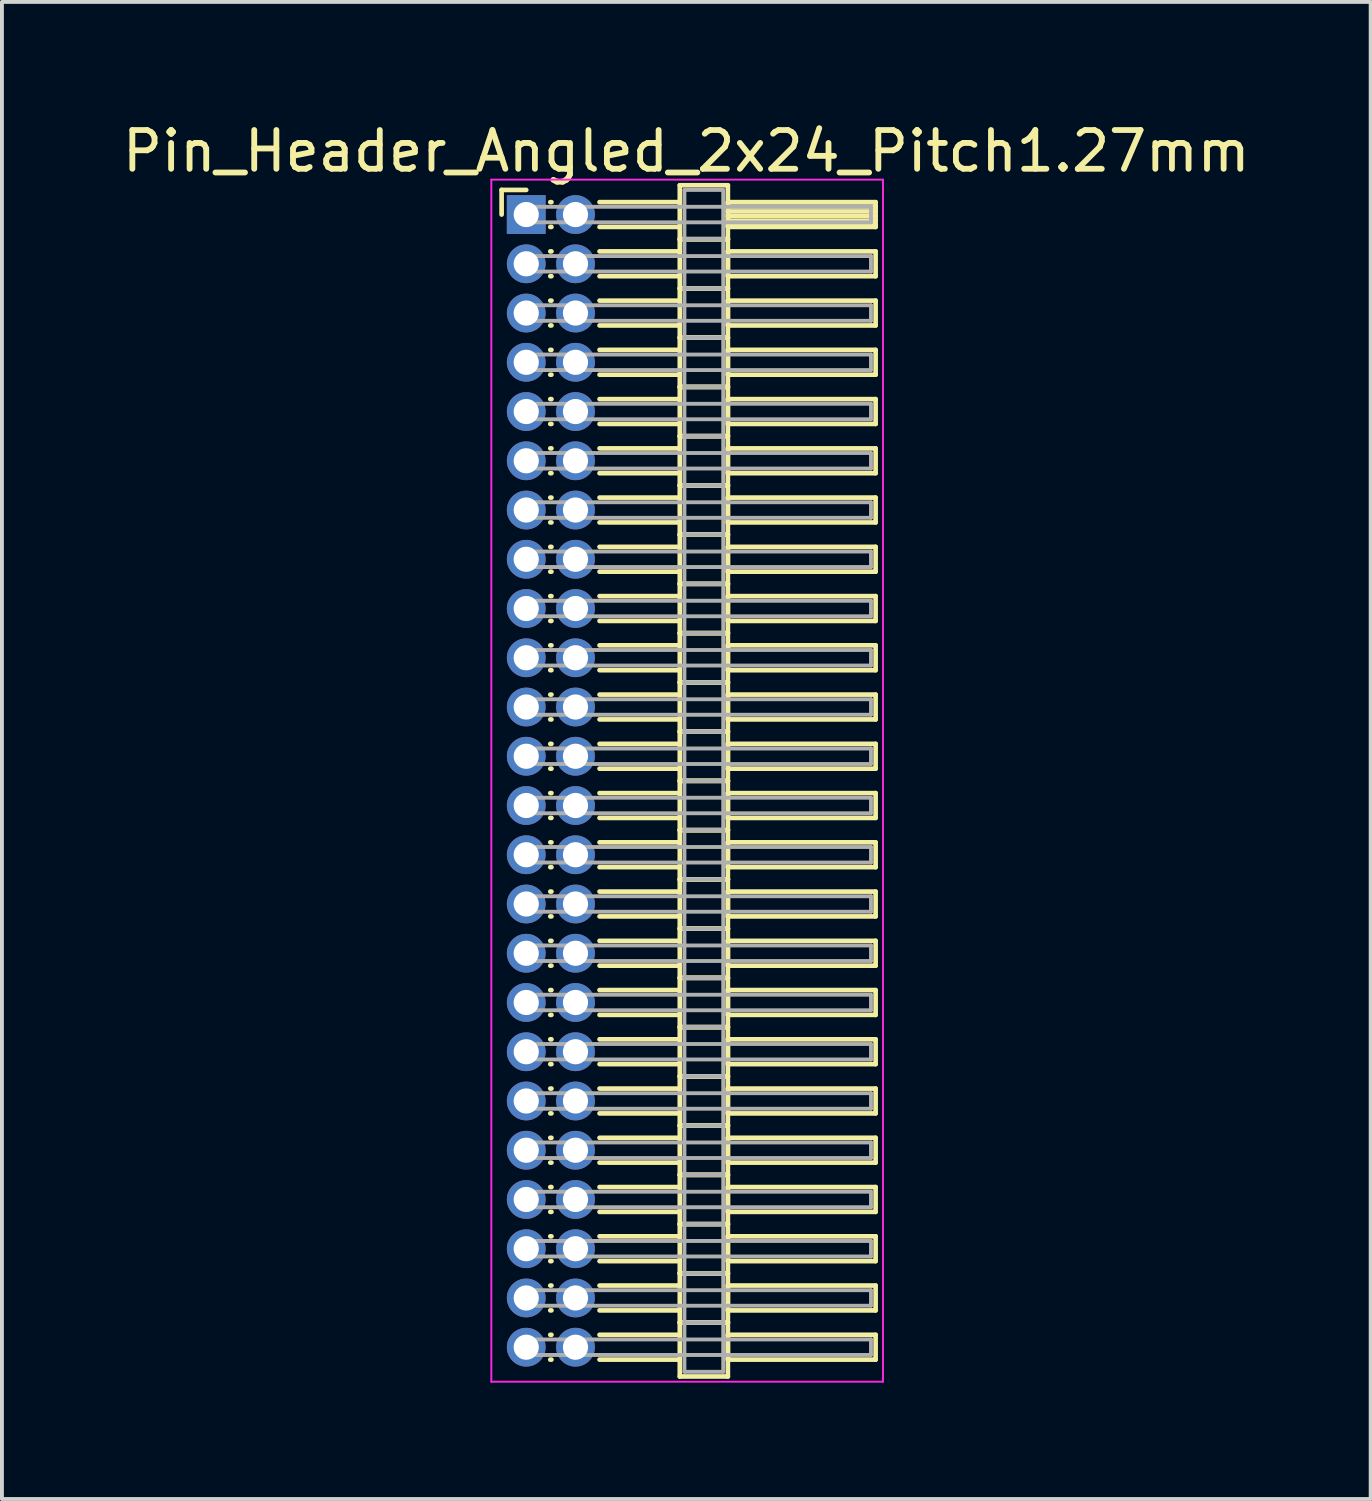
<source format=kicad_pcb>
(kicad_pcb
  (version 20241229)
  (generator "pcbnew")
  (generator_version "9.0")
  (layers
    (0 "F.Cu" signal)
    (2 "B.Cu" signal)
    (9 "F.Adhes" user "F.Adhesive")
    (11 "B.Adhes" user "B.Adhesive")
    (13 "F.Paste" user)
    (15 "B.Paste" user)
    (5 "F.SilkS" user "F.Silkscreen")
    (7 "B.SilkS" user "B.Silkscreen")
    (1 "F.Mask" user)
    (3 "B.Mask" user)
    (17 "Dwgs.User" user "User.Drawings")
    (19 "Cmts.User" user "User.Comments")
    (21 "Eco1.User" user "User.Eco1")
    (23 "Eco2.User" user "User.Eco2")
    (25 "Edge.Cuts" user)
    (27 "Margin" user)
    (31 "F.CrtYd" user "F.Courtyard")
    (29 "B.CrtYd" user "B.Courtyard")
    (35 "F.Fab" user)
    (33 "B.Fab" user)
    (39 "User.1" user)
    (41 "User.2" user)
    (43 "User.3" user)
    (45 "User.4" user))
  (footprint "Pin_Header_Angled_2x24_Pitch1.27mm"
    (layer "F.Cu")
    (at 10.521 2.483)
    (property "Reference" "Pin_Header_Angled_2x24_Pitch1.27mm" (at 4.128 -1.635 0) (layer "F.SilkS") (effects (font (size 1 1) (thickness 0.15))))
    (attr through_hole)
    (fp_line (start -0.635 -0.635) (end 0 -0.635) (stroke (width 0.12) (type solid)) (layer "F.SilkS"))
    (fp_line (start -0.635 0) (end -0.635 -0.635) (stroke (width 0.12) (type solid)) (layer "F.SilkS"))
    (fp_line (start 0.62 -0.32) (end 0.65 -0.32) (stroke (width 0.12) (type solid)) (layer "F.SilkS"))
    (fp_line (start 0.62 0.32) (end 0.65 0.32) (stroke (width 0.12) (type solid)) (layer "F.SilkS"))
    (fp_line (start 0.62 0.95) (end 0.65 0.95) (stroke (width 0.12) (type solid)) (layer "F.SilkS"))
    (fp_line (start 0.62 1.59) (end 0.65 1.59) (stroke (width 0.12) (type solid)) (layer "F.SilkS"))
    (fp_line (start 0.62 2.22) (end 0.65 2.22) (stroke (width 0.12) (type solid)) (layer "F.SilkS"))
    (fp_line (start 0.62 2.86) (end 0.65 2.86) (stroke (width 0.12) (type solid)) (layer "F.SilkS"))
    (fp_line (start 0.62 3.49) (end 0.65 3.49) (stroke (width 0.12) (type solid)) (layer "F.SilkS"))
    (fp_line (start 0.62 4.13) (end 0.65 4.13) (stroke (width 0.12) (type solid)) (layer "F.SilkS"))
    (fp_line (start 0.62 4.76) (end 0.65 4.76) (stroke (width 0.12) (type solid)) (layer "F.SilkS"))
    (fp_line (start 0.62 5.4) (end 0.65 5.4) (stroke (width 0.12) (type solid)) (layer "F.SilkS"))
    (fp_line (start 0.62 6.03) (end 0.65 6.03) (stroke (width 0.12) (type solid)) (layer "F.SilkS"))
    (fp_line (start 0.62 6.67) (end 0.65 6.67) (stroke (width 0.12) (type solid)) (layer "F.SilkS"))
    (fp_line (start 0.62 7.3) (end 0.65 7.3) (stroke (width 0.12) (type solid)) (layer "F.SilkS"))
    (fp_line (start 0.62 7.94) (end 0.65 7.94) (stroke (width 0.12) (type solid)) (layer "F.SilkS"))
    (fp_line (start 0.62 8.57) (end 0.65 8.57) (stroke (width 0.12) (type solid)) (layer "F.SilkS"))
    (fp_line (start 0.62 9.21) (end 0.65 9.21) (stroke (width 0.12) (type solid)) (layer "F.SilkS"))
    (fp_line (start 0.62 9.84) (end 0.65 9.84) (stroke (width 0.12) (type solid)) (layer "F.SilkS"))
    (fp_line (start 0.62 10.48) (end 0.65 10.48) (stroke (width 0.12) (type solid)) (layer "F.SilkS"))
    (fp_line (start 0.62 11.11) (end 0.65 11.11) (stroke (width 0.12) (type solid)) (layer "F.SilkS"))
    (fp_line (start 0.62 11.75) (end 0.65 11.75) (stroke (width 0.12) (type solid)) (layer "F.SilkS"))
    (fp_line (start 0.62 12.38) (end 0.65 12.38) (stroke (width 0.12) (type solid)) (layer "F.SilkS"))
    (fp_line (start 0.62 13.02) (end 0.65 13.02) (stroke (width 0.12) (type solid)) (layer "F.SilkS"))
    (fp_line (start 0.62 13.65) (end 0.65 13.65) (stroke (width 0.12) (type solid)) (layer "F.SilkS"))
    (fp_line (start 0.62 14.29) (end 0.65 14.29) (stroke (width 0.12) (type solid)) (layer "F.SilkS"))
    (fp_line (start 0.62 14.92) (end 0.65 14.92) (stroke (width 0.12) (type solid)) (layer "F.SilkS"))
    (fp_line (start 0.62 15.56) (end 0.65 15.56) (stroke (width 0.12) (type solid)) (layer "F.SilkS"))
    (fp_line (start 0.62 16.19) (end 0.65 16.19) (stroke (width 0.12) (type solid)) (layer "F.SilkS"))
    (fp_line (start 0.62 16.83) (end 0.65 16.83) (stroke (width 0.12) (type solid)) (layer "F.SilkS"))
    (fp_line (start 0.62 17.46) (end 0.65 17.46) (stroke (width 0.12) (type solid)) (layer "F.SilkS"))
    (fp_line (start 0.62 18.1) (end 0.65 18.1) (stroke (width 0.12) (type solid)) (layer "F.SilkS"))
    (fp_line (start 0.62 18.73) (end 0.65 18.73) (stroke (width 0.12) (type solid)) (layer "F.SilkS"))
    (fp_line (start 0.62 19.37) (end 0.65 19.37) (stroke (width 0.12) (type solid)) (layer "F.SilkS"))
    (fp_line (start 0.62 20) (end 0.65 20) (stroke (width 0.12) (type solid)) (layer "F.SilkS"))
    (fp_line (start 0.62 20.64) (end 0.65 20.64) (stroke (width 0.12) (type solid)) (layer "F.SilkS"))
    (fp_line (start 0.62 21.27) (end 0.65 21.27) (stroke (width 0.12) (type solid)) (layer "F.SilkS"))
    (fp_line (start 0.62 21.91) (end 0.65 21.91) (stroke (width 0.12) (type solid)) (layer "F.SilkS"))
    (fp_line (start 0.62 22.54) (end 0.65 22.54) (stroke (width 0.12) (type solid)) (layer "F.SilkS"))
    (fp_line (start 0.62 23.18) (end 0.65 23.18) (stroke (width 0.12) (type solid)) (layer "F.SilkS"))
    (fp_line (start 0.62 23.81) (end 0.65 23.81) (stroke (width 0.12) (type solid)) (layer "F.SilkS"))
    (fp_line (start 0.62 24.45) (end 0.65 24.45) (stroke (width 0.12) (type solid)) (layer "F.SilkS"))
    (fp_line (start 0.62 25.08) (end 0.65 25.08) (stroke (width 0.12) (type solid)) (layer "F.SilkS"))
    (fp_line (start 0.62 25.72) (end 0.65 25.72) (stroke (width 0.12) (type solid)) (layer "F.SilkS"))
    (fp_line (start 0.62 26.35) (end 0.65 26.35) (stroke (width 0.12) (type solid)) (layer "F.SilkS"))
    (fp_line (start 0.62 26.99) (end 0.65 26.99) (stroke (width 0.12) (type solid)) (layer "F.SilkS"))
    (fp_line (start 0.62 27.62) (end 0.65 27.62) (stroke (width 0.12) (type solid)) (layer "F.SilkS"))
    (fp_line (start 0.62 28.26) (end 0.65 28.26) (stroke (width 0.12) (type solid)) (layer "F.SilkS"))
    (fp_line (start 0.62 28.89) (end 0.65 28.89) (stroke (width 0.12) (type solid)) (layer "F.SilkS"))
    (fp_line (start 0.62 29.53) (end 0.65 29.53) (stroke (width 0.12) (type solid)) (layer "F.SilkS"))
    (fp_line (start 1.89 -0.32) (end 3.96 -0.32) (stroke (width 0.12) (type solid)) (layer "F.SilkS"))
    (fp_line (start 1.89 0.32) (end 3.96 0.32) (stroke (width 0.12) (type solid)) (layer "F.SilkS"))
    (fp_line (start 1.89 0.95) (end 3.96 0.95) (stroke (width 0.12) (type solid)) (layer "F.SilkS"))
    (fp_line (start 1.89 1.59) (end 3.96 1.59) (stroke (width 0.12) (type solid)) (layer "F.SilkS"))
    (fp_line (start 1.89 2.22) (end 3.96 2.22) (stroke (width 0.12) (type solid)) (layer "F.SilkS"))
    (fp_line (start 1.89 2.86) (end 3.96 2.86) (stroke (width 0.12) (type solid)) (layer "F.SilkS"))
    (fp_line (start 1.89 3.49) (end 3.96 3.49) (stroke (width 0.12) (type solid)) (layer "F.SilkS"))
    (fp_line (start 1.89 4.13) (end 3.96 4.13) (stroke (width 0.12) (type solid)) (layer "F.SilkS"))
    (fp_line (start 1.89 4.76) (end 3.96 4.76) (stroke (width 0.12) (type solid)) (layer "F.SilkS"))
    (fp_line (start 1.89 5.4) (end 3.96 5.4) (stroke (width 0.12) (type solid)) (layer "F.SilkS"))
    (fp_line (start 1.89 6.03) (end 3.96 6.03) (stroke (width 0.12) (type solid)) (layer "F.SilkS"))
    (fp_line (start 1.89 6.67) (end 3.96 6.67) (stroke (width 0.12) (type solid)) (layer "F.SilkS"))
    (fp_line (start 1.89 7.3) (end 3.96 7.3) (stroke (width 0.12) (type solid)) (layer "F.SilkS"))
    (fp_line (start 1.89 7.94) (end 3.96 7.94) (stroke (width 0.12) (type solid)) (layer "F.SilkS"))
    (fp_line (start 1.89 8.57) (end 3.96 8.57) (stroke (width 0.12) (type solid)) (layer "F.SilkS"))
    (fp_line (start 1.89 9.21) (end 3.96 9.21) (stroke (width 0.12) (type solid)) (layer "F.SilkS"))
    (fp_line (start 1.89 9.84) (end 3.96 9.84) (stroke (width 0.12) (type solid)) (layer "F.SilkS"))
    (fp_line (start 1.89 10.48) (end 3.96 10.48) (stroke (width 0.12) (type solid)) (layer "F.SilkS"))
    (fp_line (start 1.89 11.11) (end 3.96 11.11) (stroke (width 0.12) (type solid)) (layer "F.SilkS"))
    (fp_line (start 1.89 11.75) (end 3.96 11.75) (stroke (width 0.12) (type solid)) (layer "F.SilkS"))
    (fp_line (start 1.89 12.38) (end 3.96 12.38) (stroke (width 0.12) (type solid)) (layer "F.SilkS"))
    (fp_line (start 1.89 13.02) (end 3.96 13.02) (stroke (width 0.12) (type solid)) (layer "F.SilkS"))
    (fp_line (start 1.89 13.65) (end 3.96 13.65) (stroke (width 0.12) (type solid)) (layer "F.SilkS"))
    (fp_line (start 1.89 14.29) (end 3.96 14.29) (stroke (width 0.12) (type solid)) (layer "F.SilkS"))
    (fp_line (start 1.89 14.92) (end 3.96 14.92) (stroke (width 0.12) (type solid)) (layer "F.SilkS"))
    (fp_line (start 1.89 15.56) (end 3.96 15.56) (stroke (width 0.12) (type solid)) (layer "F.SilkS"))
    (fp_line (start 1.89 16.19) (end 3.96 16.19) (stroke (width 0.12) (type solid)) (layer "F.SilkS"))
    (fp_line (start 1.89 16.83) (end 3.96 16.83) (stroke (width 0.12) (type solid)) (layer "F.SilkS"))
    (fp_line (start 1.89 17.46) (end 3.96 17.46) (stroke (width 0.12) (type solid)) (layer "F.SilkS"))
    (fp_line (start 1.89 18.1) (end 3.96 18.1) (stroke (width 0.12) (type solid)) (layer "F.SilkS"))
    (fp_line (start 1.89 18.73) (end 3.96 18.73) (stroke (width 0.12) (type solid)) (layer "F.SilkS"))
    (fp_line (start 1.89 19.37) (end 3.96 19.37) (stroke (width 0.12) (type solid)) (layer "F.SilkS"))
    (fp_line (start 1.89 20) (end 3.96 20) (stroke (width 0.12) (type solid)) (layer "F.SilkS"))
    (fp_line (start 1.89 20.64) (end 3.96 20.64) (stroke (width 0.12) (type solid)) (layer "F.SilkS"))
    (fp_line (start 1.89 21.27) (end 3.96 21.27) (stroke (width 0.12) (type solid)) (layer "F.SilkS"))
    (fp_line (start 1.89 21.91) (end 3.96 21.91) (stroke (width 0.12) (type solid)) (layer "F.SilkS"))
    (fp_line (start 1.89 22.54) (end 3.96 22.54) (stroke (width 0.12) (type solid)) (layer "F.SilkS"))
    (fp_line (start 1.89 23.18) (end 3.96 23.18) (stroke (width 0.12) (type solid)) (layer "F.SilkS"))
    (fp_line (start 1.89 23.81) (end 3.96 23.81) (stroke (width 0.12) (type solid)) (layer "F.SilkS"))
    (fp_line (start 1.89 24.45) (end 3.96 24.45) (stroke (width 0.12) (type solid)) (layer "F.SilkS"))
    (fp_line (start 1.89 25.08) (end 3.96 25.08) (stroke (width 0.12) (type solid)) (layer "F.SilkS"))
    (fp_line (start 1.89 25.72) (end 3.96 25.72) (stroke (width 0.12) (type solid)) (layer "F.SilkS"))
    (fp_line (start 1.89 26.35) (end 3.96 26.35) (stroke (width 0.12) (type solid)) (layer "F.SilkS"))
    (fp_line (start 1.89 26.99) (end 3.96 26.99) (stroke (width 0.12) (type solid)) (layer "F.SilkS"))
    (fp_line (start 1.89 27.62) (end 3.96 27.62) (stroke (width 0.12) (type solid)) (layer "F.SilkS"))
    (fp_line (start 1.89 28.26) (end 3.96 28.26) (stroke (width 0.12) (type solid)) (layer "F.SilkS"))
    (fp_line (start 1.89 28.89) (end 3.96 28.89) (stroke (width 0.12) (type solid)) (layer "F.SilkS"))
    (fp_line (start 1.89 29.53) (end 3.96 29.53) (stroke (width 0.12) (type solid)) (layer "F.SilkS"))
    (fp_line (start 3.96 -0.755) (end 3.96 0.635) (stroke (width 0.12) (type solid)) (layer "F.SilkS"))
    (fp_line (start 3.96 0.635) (end 3.96 1.905) (stroke (width 0.12) (type solid)) (layer "F.SilkS"))
    (fp_line (start 3.96 0.635) (end 5.2 0.635) (stroke (width 0.12) (type solid)) (layer "F.SilkS"))
    (fp_line (start 3.96 1.905) (end 3.96 3.175) (stroke (width 0.12) (type solid)) (layer "F.SilkS"))
    (fp_line (start 3.96 1.905) (end 5.2 1.905) (stroke (width 0.12) (type solid)) (layer "F.SilkS"))
    (fp_line (start 3.96 3.175) (end 3.96 4.445) (stroke (width 0.12) (type solid)) (layer "F.SilkS"))
    (fp_line (start 3.96 3.175) (end 5.2 3.175) (stroke (width 0.12) (type solid)) (layer "F.SilkS"))
    (fp_line (start 3.96 4.445) (end 3.96 5.715) (stroke (width 0.12) (type solid)) (layer "F.SilkS"))
    (fp_line (start 3.96 4.445) (end 5.2 4.445) (stroke (width 0.12) (type solid)) (layer "F.SilkS"))
    (fp_line (start 3.96 5.715) (end 3.96 6.985) (stroke (width 0.12) (type solid)) (layer "F.SilkS"))
    (fp_line (start 3.96 5.715) (end 5.2 5.715) (stroke (width 0.12) (type solid)) (layer "F.SilkS"))
    (fp_line (start 3.96 6.985) (end 3.96 8.255) (stroke (width 0.12) (type solid)) (layer "F.SilkS"))
    (fp_line (start 3.96 6.985) (end 5.2 6.985) (stroke (width 0.12) (type solid)) (layer "F.SilkS"))
    (fp_line (start 3.96 8.255) (end 3.96 9.525) (stroke (width 0.12) (type solid)) (layer "F.SilkS"))
    (fp_line (start 3.96 8.255) (end 5.2 8.255) (stroke (width 0.12) (type solid)) (layer "F.SilkS"))
    (fp_line (start 3.96 9.525) (end 3.96 10.795) (stroke (width 0.12) (type solid)) (layer "F.SilkS"))
    (fp_line (start 3.96 9.525) (end 5.2 9.525) (stroke (width 0.12) (type solid)) (layer "F.SilkS"))
    (fp_line (start 3.96 10.795) (end 3.96 12.065) (stroke (width 0.12) (type solid)) (layer "F.SilkS"))
    (fp_line (start 3.96 10.795) (end 5.2 10.795) (stroke (width 0.12) (type solid)) (layer "F.SilkS"))
    (fp_line (start 3.96 12.065) (end 3.96 13.335) (stroke (width 0.12) (type solid)) (layer "F.SilkS"))
    (fp_line (start 3.96 12.065) (end 5.2 12.065) (stroke (width 0.12) (type solid)) (layer "F.SilkS"))
    (fp_line (start 3.96 13.335) (end 3.96 14.605) (stroke (width 0.12) (type solid)) (layer "F.SilkS"))
    (fp_line (start 3.96 13.335) (end 5.2 13.335) (stroke (width 0.12) (type solid)) (layer "F.SilkS"))
    (fp_line (start 3.96 14.605) (end 3.96 15.875) (stroke (width 0.12) (type solid)) (layer "F.SilkS"))
    (fp_line (start 3.96 14.605) (end 5.2 14.605) (stroke (width 0.12) (type solid)) (layer "F.SilkS"))
    (fp_line (start 3.96 15.875) (end 3.96 17.145) (stroke (width 0.12) (type solid)) (layer "F.SilkS"))
    (fp_line (start 3.96 15.875) (end 5.2 15.875) (stroke (width 0.12) (type solid)) (layer "F.SilkS"))
    (fp_line (start 3.96 17.145) (end 3.96 18.415) (stroke (width 0.12) (type solid)) (layer "F.SilkS"))
    (fp_line (start 3.96 17.145) (end 5.2 17.145) (stroke (width 0.12) (type solid)) (layer "F.SilkS"))
    (fp_line (start 3.96 18.415) (end 3.96 19.685) (stroke (width 0.12) (type solid)) (layer "F.SilkS"))
    (fp_line (start 3.96 18.415) (end 5.2 18.415) (stroke (width 0.12) (type solid)) (layer "F.SilkS"))
    (fp_line (start 3.96 19.685) (end 3.96 20.955) (stroke (width 0.12) (type solid)) (layer "F.SilkS"))
    (fp_line (start 3.96 19.685) (end 5.2 19.685) (stroke (width 0.12) (type solid)) (layer "F.SilkS"))
    (fp_line (start 3.96 20.955) (end 3.96 22.225) (stroke (width 0.12) (type solid)) (layer "F.SilkS"))
    (fp_line (start 3.96 20.955) (end 5.2 20.955) (stroke (width 0.12) (type solid)) (layer "F.SilkS"))
    (fp_line (start 3.96 22.225) (end 3.96 23.495) (stroke (width 0.12) (type solid)) (layer "F.SilkS"))
    (fp_line (start 3.96 22.225) (end 5.2 22.225) (stroke (width 0.12) (type solid)) (layer "F.SilkS"))
    (fp_line (start 3.96 23.495) (end 3.96 24.765) (stroke (width 0.12) (type solid)) (layer "F.SilkS"))
    (fp_line (start 3.96 23.495) (end 5.2 23.495) (stroke (width 0.12) (type solid)) (layer "F.SilkS"))
    (fp_line (start 3.96 24.765) (end 3.96 26.035) (stroke (width 0.12) (type solid)) (layer "F.SilkS"))
    (fp_line (start 3.96 24.765) (end 5.2 24.765) (stroke (width 0.12) (type solid)) (layer "F.SilkS"))
    (fp_line (start 3.96 26.035) (end 3.96 27.305) (stroke (width 0.12) (type solid)) (layer "F.SilkS"))
    (fp_line (start 3.96 26.035) (end 5.2 26.035) (stroke (width 0.12) (type solid)) (layer "F.SilkS"))
    (fp_line (start 3.96 27.305) (end 3.96 28.575) (stroke (width 0.12) (type solid)) (layer "F.SilkS"))
    (fp_line (start 3.96 27.305) (end 5.2 27.305) (stroke (width 0.12) (type solid)) (layer "F.SilkS"))
    (fp_line (start 3.96 28.575) (end 3.96 29.965) (stroke (width 0.12) (type solid)) (layer "F.SilkS"))
    (fp_line (start 3.96 28.575) (end 5.2 28.575) (stroke (width 0.12) (type solid)) (layer "F.SilkS"))
    (fp_line (start 3.96 29.965) (end 5.2 29.965) (stroke (width 0.12) (type solid)) (layer "F.SilkS"))
    (fp_line (start 5.2 -0.755) (end 3.96 -0.755) (stroke (width 0.12) (type solid)) (layer "F.SilkS"))
    (fp_line (start 5.2 -0.32) (end 5.2 0.32) (stroke (width 0.12) (type solid)) (layer "F.SilkS"))
    (fp_line (start 5.2 -0.2) (end 9.01 -0.2) (stroke (width 0.12) (type solid)) (layer "F.SilkS"))
    (fp_line (start 5.2 -0.08) (end 9.01 -0.08) (stroke (width 0.12) (type solid)) (layer "F.SilkS"))
    (fp_line (start 5.2 0.04) (end 9.01 0.04) (stroke (width 0.12) (type solid)) (layer "F.SilkS"))
    (fp_line (start 5.2 0.16) (end 9.01 0.16) (stroke (width 0.12) (type solid)) (layer "F.SilkS"))
    (fp_line (start 5.2 0.28) (end 9.01 0.28) (stroke (width 0.12) (type solid)) (layer "F.SilkS"))
    (fp_line (start 5.2 0.32) (end 9.01 0.32) (stroke (width 0.12) (type solid)) (layer "F.SilkS"))
    (fp_line (start 5.2 0.635) (end 3.96 0.635) (stroke (width 0.12) (type solid)) (layer "F.SilkS"))
    (fp_line (start 5.2 0.635) (end 5.2 -0.755) (stroke (width 0.12) (type solid)) (layer "F.SilkS"))
    (fp_line (start 5.2 0.95) (end 5.2 1.59) (stroke (width 0.12) (type solid)) (layer "F.SilkS"))
    (fp_line (start 5.2 1.59) (end 9.01 1.59) (stroke (width 0.12) (type solid)) (layer "F.SilkS"))
    (fp_line (start 5.2 1.905) (end 3.96 1.905) (stroke (width 0.12) (type solid)) (layer "F.SilkS"))
    (fp_line (start 5.2 1.905) (end 5.2 0.635) (stroke (width 0.12) (type solid)) (layer "F.SilkS"))
    (fp_line (start 5.2 2.22) (end 5.2 2.86) (stroke (width 0.12) (type solid)) (layer "F.SilkS"))
    (fp_line (start 5.2 2.86) (end 9.01 2.86) (stroke (width 0.12) (type solid)) (layer "F.SilkS"))
    (fp_line (start 5.2 3.175) (end 3.96 3.175) (stroke (width 0.12) (type solid)) (layer "F.SilkS"))
    (fp_line (start 5.2 3.175) (end 5.2 1.905) (stroke (width 0.12) (type solid)) (layer "F.SilkS"))
    (fp_line (start 5.2 3.49) (end 5.2 4.13) (stroke (width 0.12) (type solid)) (layer "F.SilkS"))
    (fp_line (start 5.2 4.13) (end 9.01 4.13) (stroke (width 0.12) (type solid)) (layer "F.SilkS"))
    (fp_line (start 5.2 4.445) (end 3.96 4.445) (stroke (width 0.12) (type solid)) (layer "F.SilkS"))
    (fp_line (start 5.2 4.445) (end 5.2 3.175) (stroke (width 0.12) (type solid)) (layer "F.SilkS"))
    (fp_line (start 5.2 4.76) (end 5.2 5.4) (stroke (width 0.12) (type solid)) (layer "F.SilkS"))
    (fp_line (start 5.2 5.4) (end 9.01 5.4) (stroke (width 0.12) (type solid)) (layer "F.SilkS"))
    (fp_line (start 5.2 5.715) (end 3.96 5.715) (stroke (width 0.12) (type solid)) (layer "F.SilkS"))
    (fp_line (start 5.2 5.715) (end 5.2 4.445) (stroke (width 0.12) (type solid)) (layer "F.SilkS"))
    (fp_line (start 5.2 6.03) (end 5.2 6.67) (stroke (width 0.12) (type solid)) (layer "F.SilkS"))
    (fp_line (start 5.2 6.67) (end 9.01 6.67) (stroke (width 0.12) (type solid)) (layer "F.SilkS"))
    (fp_line (start 5.2 6.985) (end 3.96 6.985) (stroke (width 0.12) (type solid)) (layer "F.SilkS"))
    (fp_line (start 5.2 6.985) (end 5.2 5.715) (stroke (width 0.12) (type solid)) (layer "F.SilkS"))
    (fp_line (start 5.2 7.3) (end 5.2 7.94) (stroke (width 0.12) (type solid)) (layer "F.SilkS"))
    (fp_line (start 5.2 7.94) (end 9.01 7.94) (stroke (width 0.12) (type solid)) (layer "F.SilkS"))
    (fp_line (start 5.2 8.255) (end 3.96 8.255) (stroke (width 0.12) (type solid)) (layer "F.SilkS"))
    (fp_line (start 5.2 8.255) (end 5.2 6.985) (stroke (width 0.12) (type solid)) (layer "F.SilkS"))
    (fp_line (start 5.2 8.57) (end 5.2 9.21) (stroke (width 0.12) (type solid)) (layer "F.SilkS"))
    (fp_line (start 5.2 9.21) (end 9.01 9.21) (stroke (width 0.12) (type solid)) (layer "F.SilkS"))
    (fp_line (start 5.2 9.525) (end 3.96 9.525) (stroke (width 0.12) (type solid)) (layer "F.SilkS"))
    (fp_line (start 5.2 9.525) (end 5.2 8.255) (stroke (width 0.12) (type solid)) (layer "F.SilkS"))
    (fp_line (start 5.2 9.84) (end 5.2 10.48) (stroke (width 0.12) (type solid)) (layer "F.SilkS"))
    (fp_line (start 5.2 10.48) (end 9.01 10.48) (stroke (width 0.12) (type solid)) (layer "F.SilkS"))
    (fp_line (start 5.2 10.795) (end 3.96 10.795) (stroke (width 0.12) (type solid)) (layer "F.SilkS"))
    (fp_line (start 5.2 10.795) (end 5.2 9.525) (stroke (width 0.12) (type solid)) (layer "F.SilkS"))
    (fp_line (start 5.2 11.11) (end 5.2 11.75) (stroke (width 0.12) (type solid)) (layer "F.SilkS"))
    (fp_line (start 5.2 11.75) (end 9.01 11.75) (stroke (width 0.12) (type solid)) (layer "F.SilkS"))
    (fp_line (start 5.2 12.065) (end 3.96 12.065) (stroke (width 0.12) (type solid)) (layer "F.SilkS"))
    (fp_line (start 5.2 12.065) (end 5.2 10.795) (stroke (width 0.12) (type solid)) (layer "F.SilkS"))
    (fp_line (start 5.2 12.38) (end 5.2 13.02) (stroke (width 0.12) (type solid)) (layer "F.SilkS"))
    (fp_line (start 5.2 13.02) (end 9.01 13.02) (stroke (width 0.12) (type solid)) (layer "F.SilkS"))
    (fp_line (start 5.2 13.335) (end 3.96 13.335) (stroke (width 0.12) (type solid)) (layer "F.SilkS"))
    (fp_line (start 5.2 13.335) (end 5.2 12.065) (stroke (width 0.12) (type solid)) (layer "F.SilkS"))
    (fp_line (start 5.2 13.65) (end 5.2 14.29) (stroke (width 0.12) (type solid)) (layer "F.SilkS"))
    (fp_line (start 5.2 14.29) (end 9.01 14.29) (stroke (width 0.12) (type solid)) (layer "F.SilkS"))
    (fp_line (start 5.2 14.605) (end 3.96 14.605) (stroke (width 0.12) (type solid)) (layer "F.SilkS"))
    (fp_line (start 5.2 14.605) (end 5.2 13.335) (stroke (width 0.12) (type solid)) (layer "F.SilkS"))
    (fp_line (start 5.2 14.92) (end 5.2 15.56) (stroke (width 0.12) (type solid)) (layer "F.SilkS"))
    (fp_line (start 5.2 15.56) (end 9.01 15.56) (stroke (width 0.12) (type solid)) (layer "F.SilkS"))
    (fp_line (start 5.2 15.875) (end 3.96 15.875) (stroke (width 0.12) (type solid)) (layer "F.SilkS"))
    (fp_line (start 5.2 15.875) (end 5.2 14.605) (stroke (width 0.12) (type solid)) (layer "F.SilkS"))
    (fp_line (start 5.2 16.19) (end 5.2 16.83) (stroke (width 0.12) (type solid)) (layer "F.SilkS"))
    (fp_line (start 5.2 16.83) (end 9.01 16.83) (stroke (width 0.12) (type solid)) (layer "F.SilkS"))
    (fp_line (start 5.2 17.145) (end 3.96 17.145) (stroke (width 0.12) (type solid)) (layer "F.SilkS"))
    (fp_line (start 5.2 17.145) (end 5.2 15.875) (stroke (width 0.12) (type solid)) (layer "F.SilkS"))
    (fp_line (start 5.2 17.46) (end 5.2 18.1) (stroke (width 0.12) (type solid)) (layer "F.SilkS"))
    (fp_line (start 5.2 18.1) (end 9.01 18.1) (stroke (width 0.12) (type solid)) (layer "F.SilkS"))
    (fp_line (start 5.2 18.415) (end 3.96 18.415) (stroke (width 0.12) (type solid)) (layer "F.SilkS"))
    (fp_line (start 5.2 18.415) (end 5.2 17.145) (stroke (width 0.12) (type solid)) (layer "F.SilkS"))
    (fp_line (start 5.2 18.73) (end 5.2 19.37) (stroke (width 0.12) (type solid)) (layer "F.SilkS"))
    (fp_line (start 5.2 19.37) (end 9.01 19.37) (stroke (width 0.12) (type solid)) (layer "F.SilkS"))
    (fp_line (start 5.2 19.685) (end 3.96 19.685) (stroke (width 0.12) (type solid)) (layer "F.SilkS"))
    (fp_line (start 5.2 19.685) (end 5.2 18.415) (stroke (width 0.12) (type solid)) (layer "F.SilkS"))
    (fp_line (start 5.2 20) (end 5.2 20.64) (stroke (width 0.12) (type solid)) (layer "F.SilkS"))
    (fp_line (start 5.2 20.64) (end 9.01 20.64) (stroke (width 0.12) (type solid)) (layer "F.SilkS"))
    (fp_line (start 5.2 20.955) (end 3.96 20.955) (stroke (width 0.12) (type solid)) (layer "F.SilkS"))
    (fp_line (start 5.2 20.955) (end 5.2 19.685) (stroke (width 0.12) (type solid)) (layer "F.SilkS"))
    (fp_line (start 5.2 21.27) (end 5.2 21.91) (stroke (width 0.12) (type solid)) (layer "F.SilkS"))
    (fp_line (start 5.2 21.91) (end 9.01 21.91) (stroke (width 0.12) (type solid)) (layer "F.SilkS"))
    (fp_line (start 5.2 22.225) (end 3.96 22.225) (stroke (width 0.12) (type solid)) (layer "F.SilkS"))
    (fp_line (start 5.2 22.225) (end 5.2 20.955) (stroke (width 0.12) (type solid)) (layer "F.SilkS"))
    (fp_line (start 5.2 22.54) (end 5.2 23.18) (stroke (width 0.12) (type solid)) (layer "F.SilkS"))
    (fp_line (start 5.2 23.18) (end 9.01 23.18) (stroke (width 0.12) (type solid)) (layer "F.SilkS"))
    (fp_line (start 5.2 23.495) (end 3.96 23.495) (stroke (width 0.12) (type solid)) (layer "F.SilkS"))
    (fp_line (start 5.2 23.495) (end 5.2 22.225) (stroke (width 0.12) (type solid)) (layer "F.SilkS"))
    (fp_line (start 5.2 23.81) (end 5.2 24.45) (stroke (width 0.12) (type solid)) (layer "F.SilkS"))
    (fp_line (start 5.2 24.45) (end 9.01 24.45) (stroke (width 0.12) (type solid)) (layer "F.SilkS"))
    (fp_line (start 5.2 24.765) (end 3.96 24.765) (stroke (width 0.12) (type solid)) (layer "F.SilkS"))
    (fp_line (start 5.2 24.765) (end 5.2 23.495) (stroke (width 0.12) (type solid)) (layer "F.SilkS"))
    (fp_line (start 5.2 25.08) (end 5.2 25.72) (stroke (width 0.12) (type solid)) (layer "F.SilkS"))
    (fp_line (start 5.2 25.72) (end 9.01 25.72) (stroke (width 0.12) (type solid)) (layer "F.SilkS"))
    (fp_line (start 5.2 26.035) (end 3.96 26.035) (stroke (width 0.12) (type solid)) (layer "F.SilkS"))
    (fp_line (start 5.2 26.035) (end 5.2 24.765) (stroke (width 0.12) (type solid)) (layer "F.SilkS"))
    (fp_line (start 5.2 26.35) (end 5.2 26.99) (stroke (width 0.12) (type solid)) (layer "F.SilkS"))
    (fp_line (start 5.2 26.99) (end 9.01 26.99) (stroke (width 0.12) (type solid)) (layer "F.SilkS"))
    (fp_line (start 5.2 27.305) (end 3.96 27.305) (stroke (width 0.12) (type solid)) (layer "F.SilkS"))
    (fp_line (start 5.2 27.305) (end 5.2 26.035) (stroke (width 0.12) (type solid)) (layer "F.SilkS"))
    (fp_line (start 5.2 27.62) (end 5.2 28.26) (stroke (width 0.12) (type solid)) (layer "F.SilkS"))
    (fp_line (start 5.2 28.26) (end 9.01 28.26) (stroke (width 0.12) (type solid)) (layer "F.SilkS"))
    (fp_line (start 5.2 28.575) (end 3.96 28.575) (stroke (width 0.12) (type solid)) (layer "F.SilkS"))
    (fp_line (start 5.2 28.575) (end 5.2 27.305) (stroke (width 0.12) (type solid)) (layer "F.SilkS"))
    (fp_line (start 5.2 28.89) (end 5.2 29.53) (stroke (width 0.12) (type solid)) (layer "F.SilkS"))
    (fp_line (start 5.2 29.53) (end 9.01 29.53) (stroke (width 0.12) (type solid)) (layer "F.SilkS"))
    (fp_line (start 5.2 29.965) (end 5.2 28.575) (stroke (width 0.12) (type solid)) (layer "F.SilkS"))
    (fp_line (start 9.01 -0.32) (end 5.2 -0.32) (stroke (width 0.12) (type solid)) (layer "F.SilkS"))
    (fp_line (start 9.01 0.32) (end 9.01 -0.32) (stroke (width 0.12) (type solid)) (layer "F.SilkS"))
    (fp_line (start 9.01 0.95) (end 5.2 0.95) (stroke (width 0.12) (type solid)) (layer "F.SilkS"))
    (fp_line (start 9.01 1.59) (end 9.01 0.95) (stroke (width 0.12) (type solid)) (layer "F.SilkS"))
    (fp_line (start 9.01 2.22) (end 5.2 2.22) (stroke (width 0.12) (type solid)) (layer "F.SilkS"))
    (fp_line (start 9.01 2.86) (end 9.01 2.22) (stroke (width 0.12) (type solid)) (layer "F.SilkS"))
    (fp_line (start 9.01 3.49) (end 5.2 3.49) (stroke (width 0.12) (type solid)) (layer "F.SilkS"))
    (fp_line (start 9.01 4.13) (end 9.01 3.49) (stroke (width 0.12) (type solid)) (layer "F.SilkS"))
    (fp_line (start 9.01 4.76) (end 5.2 4.76) (stroke (width 0.12) (type solid)) (layer "F.SilkS"))
    (fp_line (start 9.01 5.4) (end 9.01 4.76) (stroke (width 0.12) (type solid)) (layer "F.SilkS"))
    (fp_line (start 9.01 6.03) (end 5.2 6.03) (stroke (width 0.12) (type solid)) (layer "F.SilkS"))
    (fp_line (start 9.01 6.67) (end 9.01 6.03) (stroke (width 0.12) (type solid)) (layer "F.SilkS"))
    (fp_line (start 9.01 7.3) (end 5.2 7.3) (stroke (width 0.12) (type solid)) (layer "F.SilkS"))
    (fp_line (start 9.01 7.94) (end 9.01 7.3) (stroke (width 0.12) (type solid)) (layer "F.SilkS"))
    (fp_line (start 9.01 8.57) (end 5.2 8.57) (stroke (width 0.12) (type solid)) (layer "F.SilkS"))
    (fp_line (start 9.01 9.21) (end 9.01 8.57) (stroke (width 0.12) (type solid)) (layer "F.SilkS"))
    (fp_line (start 9.01 9.84) (end 5.2 9.84) (stroke (width 0.12) (type solid)) (layer "F.SilkS"))
    (fp_line (start 9.01 10.48) (end 9.01 9.84) (stroke (width 0.12) (type solid)) (layer "F.SilkS"))
    (fp_line (start 9.01 11.11) (end 5.2 11.11) (stroke (width 0.12) (type solid)) (layer "F.SilkS"))
    (fp_line (start 9.01 11.75) (end 9.01 11.11) (stroke (width 0.12) (type solid)) (layer "F.SilkS"))
    (fp_line (start 9.01 12.38) (end 5.2 12.38) (stroke (width 0.12) (type solid)) (layer "F.SilkS"))
    (fp_line (start 9.01 13.02) (end 9.01 12.38) (stroke (width 0.12) (type solid)) (layer "F.SilkS"))
    (fp_line (start 9.01 13.65) (end 5.2 13.65) (stroke (width 0.12) (type solid)) (layer "F.SilkS"))
    (fp_line (start 9.01 14.29) (end 9.01 13.65) (stroke (width 0.12) (type solid)) (layer "F.SilkS"))
    (fp_line (start 9.01 14.92) (end 5.2 14.92) (stroke (width 0.12) (type solid)) (layer "F.SilkS"))
    (fp_line (start 9.01 15.56) (end 9.01 14.92) (stroke (width 0.12) (type solid)) (layer "F.SilkS"))
    (fp_line (start 9.01 16.19) (end 5.2 16.19) (stroke (width 0.12) (type solid)) (layer "F.SilkS"))
    (fp_line (start 9.01 16.83) (end 9.01 16.19) (stroke (width 0.12) (type solid)) (layer "F.SilkS"))
    (fp_line (start 9.01 17.46) (end 5.2 17.46) (stroke (width 0.12) (type solid)) (layer "F.SilkS"))
    (fp_line (start 9.01 18.1) (end 9.01 17.46) (stroke (width 0.12) (type solid)) (layer "F.SilkS"))
    (fp_line (start 9.01 18.73) (end 5.2 18.73) (stroke (width 0.12) (type solid)) (layer "F.SilkS"))
    (fp_line (start 9.01 19.37) (end 9.01 18.73) (stroke (width 0.12) (type solid)) (layer "F.SilkS"))
    (fp_line (start 9.01 20) (end 5.2 20) (stroke (width 0.12) (type solid)) (layer "F.SilkS"))
    (fp_line (start 9.01 20.64) (end 9.01 20) (stroke (width 0.12) (type solid)) (layer "F.SilkS"))
    (fp_line (start 9.01 21.27) (end 5.2 21.27) (stroke (width 0.12) (type solid)) (layer "F.SilkS"))
    (fp_line (start 9.01 21.91) (end 9.01 21.27) (stroke (width 0.12) (type solid)) (layer "F.SilkS"))
    (fp_line (start 9.01 22.54) (end 5.2 22.54) (stroke (width 0.12) (type solid)) (layer "F.SilkS"))
    (fp_line (start 9.01 23.18) (end 9.01 22.54) (stroke (width 0.12) (type solid)) (layer "F.SilkS"))
    (fp_line (start 9.01 23.81) (end 5.2 23.81) (stroke (width 0.12) (type solid)) (layer "F.SilkS"))
    (fp_line (start 9.01 24.45) (end 9.01 23.81) (stroke (width 0.12) (type solid)) (layer "F.SilkS"))
    (fp_line (start 9.01 25.08) (end 5.2 25.08) (stroke (width 0.12) (type solid)) (layer "F.SilkS"))
    (fp_line (start 9.01 25.72) (end 9.01 25.08) (stroke (width 0.12) (type solid)) (layer "F.SilkS"))
    (fp_line (start 9.01 26.35) (end 5.2 26.35) (stroke (width 0.12) (type solid)) (layer "F.SilkS"))
    (fp_line (start 9.01 26.99) (end 9.01 26.35) (stroke (width 0.12) (type solid)) (layer "F.SilkS"))
    (fp_line (start 9.01 27.62) (end 5.2 27.62) (stroke (width 0.12) (type solid)) (layer "F.SilkS"))
    (fp_line (start 9.01 28.26) (end 9.01 27.62) (stroke (width 0.12) (type solid)) (layer "F.SilkS"))
    (fp_line (start 9.01 28.89) (end 5.2 28.89) (stroke (width 0.12) (type solid)) (layer "F.SilkS"))
    (fp_line (start 9.01 29.53) (end 9.01 28.89) (stroke (width 0.12) (type solid)) (layer "F.SilkS"))
    (fp_line (start -0.9 -0.9) (end -0.9 30.1) (stroke (width 0.05) (type solid)) (layer "F.CrtYd"))
    (fp_line (start -0.9 30.1) (end 9.2 30.1) (stroke (width 0.05) (type solid)) (layer "F.CrtYd"))
    (fp_line (start 9.2 -0.9) (end -0.9 -0.9) (stroke (width 0.05) (type solid)) (layer "F.CrtYd"))
    (fp_line (start 9.2 30.1) (end 9.2 -0.9) (stroke (width 0.05) (type solid)) (layer "F.CrtYd"))
    (fp_line (start 0 -0.2) (end 0 0.2) (stroke (width 0.1) (type solid)) (layer "F.Fab"))
    (fp_line (start 0 0.2) (end 8.89 0.2) (stroke (width 0.1) (type solid)) (layer "F.Fab"))
    (fp_line (start 0 1.07) (end 0 1.47) (stroke (width 0.1) (type solid)) (layer "F.Fab"))
    (fp_line (start 0 1.47) (end 8.89 1.47) (stroke (width 0.1) (type solid)) (layer "F.Fab"))
    (fp_line (start 0 2.34) (end 0 2.74) (stroke (width 0.1) (type solid)) (layer "F.Fab"))
    (fp_line (start 0 2.74) (end 8.89 2.74) (stroke (width 0.1) (type solid)) (layer "F.Fab"))
    (fp_line (start 0 3.61) (end 0 4.01) (stroke (width 0.1) (type solid)) (layer "F.Fab"))
    (fp_line (start 0 4.01) (end 8.89 4.01) (stroke (width 0.1) (type solid)) (layer "F.Fab"))
    (fp_line (start 0 4.88) (end 0 5.28) (stroke (width 0.1) (type solid)) (layer "F.Fab"))
    (fp_line (start 0 5.28) (end 8.89 5.28) (stroke (width 0.1) (type solid)) (layer "F.Fab"))
    (fp_line (start 0 6.15) (end 0 6.55) (stroke (width 0.1) (type solid)) (layer "F.Fab"))
    (fp_line (start 0 6.55) (end 8.89 6.55) (stroke (width 0.1) (type solid)) (layer "F.Fab"))
    (fp_line (start 0 7.42) (end 0 7.82) (stroke (width 0.1) (type solid)) (layer "F.Fab"))
    (fp_line (start 0 7.82) (end 8.89 7.82) (stroke (width 0.1) (type solid)) (layer "F.Fab"))
    (fp_line (start 0 8.69) (end 0 9.09) (stroke (width 0.1) (type solid)) (layer "F.Fab"))
    (fp_line (start 0 9.09) (end 8.89 9.09) (stroke (width 0.1) (type solid)) (layer "F.Fab"))
    (fp_line (start 0 9.96) (end 0 10.36) (stroke (width 0.1) (type solid)) (layer "F.Fab"))
    (fp_line (start 0 10.36) (end 8.89 10.36) (stroke (width 0.1) (type solid)) (layer "F.Fab"))
    (fp_line (start 0 11.23) (end 0 11.63) (stroke (width 0.1) (type solid)) (layer "F.Fab"))
    (fp_line (start 0 11.63) (end 8.89 11.63) (stroke (width 0.1) (type solid)) (layer "F.Fab"))
    (fp_line (start 0 12.5) (end 0 12.9) (stroke (width 0.1) (type solid)) (layer "F.Fab"))
    (fp_line (start 0 12.9) (end 8.89 12.9) (stroke (width 0.1) (type solid)) (layer "F.Fab"))
    (fp_line (start 0 13.77) (end 0 14.17) (stroke (width 0.1) (type solid)) (layer "F.Fab"))
    (fp_line (start 0 14.17) (end 8.89 14.17) (stroke (width 0.1) (type solid)) (layer "F.Fab"))
    (fp_line (start 0 15.04) (end 0 15.44) (stroke (width 0.1) (type solid)) (layer "F.Fab"))
    (fp_line (start 0 15.44) (end 8.89 15.44) (stroke (width 0.1) (type solid)) (layer "F.Fab"))
    (fp_line (start 0 16.31) (end 0 16.71) (stroke (width 0.1) (type solid)) (layer "F.Fab"))
    (fp_line (start 0 16.71) (end 8.89 16.71) (stroke (width 0.1) (type solid)) (layer "F.Fab"))
    (fp_line (start 0 17.58) (end 0 17.98) (stroke (width 0.1) (type solid)) (layer "F.Fab"))
    (fp_line (start 0 17.98) (end 8.89 17.98) (stroke (width 0.1) (type solid)) (layer "F.Fab"))
    (fp_line (start 0 18.85) (end 0 19.25) (stroke (width 0.1) (type solid)) (layer "F.Fab"))
    (fp_line (start 0 19.25) (end 8.89 19.25) (stroke (width 0.1) (type solid)) (layer "F.Fab"))
    (fp_line (start 0 20.12) (end 0 20.52) (stroke (width 0.1) (type solid)) (layer "F.Fab"))
    (fp_line (start 0 20.52) (end 8.89 20.52) (stroke (width 0.1) (type solid)) (layer "F.Fab"))
    (fp_line (start 0 21.39) (end 0 21.79) (stroke (width 0.1) (type solid)) (layer "F.Fab"))
    (fp_line (start 0 21.79) (end 8.89 21.79) (stroke (width 0.1) (type solid)) (layer "F.Fab"))
    (fp_line (start 0 22.66) (end 0 23.06) (stroke (width 0.1) (type solid)) (layer "F.Fab"))
    (fp_line (start 0 23.06) (end 8.89 23.06) (stroke (width 0.1) (type solid)) (layer "F.Fab"))
    (fp_line (start 0 23.93) (end 0 24.33) (stroke (width 0.1) (type solid)) (layer "F.Fab"))
    (fp_line (start 0 24.33) (end 8.89 24.33) (stroke (width 0.1) (type solid)) (layer "F.Fab"))
    (fp_line (start 0 25.2) (end 0 25.6) (stroke (width 0.1) (type solid)) (layer "F.Fab"))
    (fp_line (start 0 25.6) (end 8.89 25.6) (stroke (width 0.1) (type solid)) (layer "F.Fab"))
    (fp_line (start 0 26.47) (end 0 26.87) (stroke (width 0.1) (type solid)) (layer "F.Fab"))
    (fp_line (start 0 26.87) (end 8.89 26.87) (stroke (width 0.1) (type solid)) (layer "F.Fab"))
    (fp_line (start 0 27.74) (end 0 28.14) (stroke (width 0.1) (type solid)) (layer "F.Fab"))
    (fp_line (start 0 28.14) (end 8.89 28.14) (stroke (width 0.1) (type solid)) (layer "F.Fab"))
    (fp_line (start 0 29.01) (end 0 29.41) (stroke (width 0.1) (type solid)) (layer "F.Fab"))
    (fp_line (start 0 29.41) (end 8.89 29.41) (stroke (width 0.1) (type solid)) (layer "F.Fab"))
    (fp_line (start 4.08 -0.635) (end 4.08 0.635) (stroke (width 0.1) (type solid)) (layer "F.Fab"))
    (fp_line (start 4.08 0.635) (end 4.08 1.905) (stroke (width 0.1) (type solid)) (layer "F.Fab"))
    (fp_line (start 4.08 0.635) (end 5.08 0.635) (stroke (width 0.1) (type solid)) (layer "F.Fab"))
    (fp_line (start 4.08 1.905) (end 4.08 3.175) (stroke (width 0.1) (type solid)) (layer "F.Fab"))
    (fp_line (start 4.08 1.905) (end 5.08 1.905) (stroke (width 0.1) (type solid)) (layer "F.Fab"))
    (fp_line (start 4.08 3.175) (end 4.08 4.445) (stroke (width 0.1) (type solid)) (layer "F.Fab"))
    (fp_line (start 4.08 3.175) (end 5.08 3.175) (stroke (width 0.1) (type solid)) (layer "F.Fab"))
    (fp_line (start 4.08 4.445) (end 4.08 5.715) (stroke (width 0.1) (type solid)) (layer "F.Fab"))
    (fp_line (start 4.08 4.445) (end 5.08 4.445) (stroke (width 0.1) (type solid)) (layer "F.Fab"))
    (fp_line (start 4.08 5.715) (end 4.08 6.985) (stroke (width 0.1) (type solid)) (layer "F.Fab"))
    (fp_line (start 4.08 5.715) (end 5.08 5.715) (stroke (width 0.1) (type solid)) (layer "F.Fab"))
    (fp_line (start 4.08 6.985) (end 4.08 8.255) (stroke (width 0.1) (type solid)) (layer "F.Fab"))
    (fp_line (start 4.08 6.985) (end 5.08 6.985) (stroke (width 0.1) (type solid)) (layer "F.Fab"))
    (fp_line (start 4.08 8.255) (end 4.08 9.525) (stroke (width 0.1) (type solid)) (layer "F.Fab"))
    (fp_line (start 4.08 8.255) (end 5.08 8.255) (stroke (width 0.1) (type solid)) (layer "F.Fab"))
    (fp_line (start 4.08 9.525) (end 4.08 10.795) (stroke (width 0.1) (type solid)) (layer "F.Fab"))
    (fp_line (start 4.08 9.525) (end 5.08 9.525) (stroke (width 0.1) (type solid)) (layer "F.Fab"))
    (fp_line (start 4.08 10.795) (end 4.08 12.065) (stroke (width 0.1) (type solid)) (layer "F.Fab"))
    (fp_line (start 4.08 10.795) (end 5.08 10.795) (stroke (width 0.1) (type solid)) (layer "F.Fab"))
    (fp_line (start 4.08 12.065) (end 4.08 13.335) (stroke (width 0.1) (type solid)) (layer "F.Fab"))
    (fp_line (start 4.08 12.065) (end 5.08 12.065) (stroke (width 0.1) (type solid)) (layer "F.Fab"))
    (fp_line (start 4.08 13.335) (end 4.08 14.605) (stroke (width 0.1) (type solid)) (layer "F.Fab"))
    (fp_line (start 4.08 13.335) (end 5.08 13.335) (stroke (width 0.1) (type solid)) (layer "F.Fab"))
    (fp_line (start 4.08 14.605) (end 4.08 15.875) (stroke (width 0.1) (type solid)) (layer "F.Fab"))
    (fp_line (start 4.08 14.605) (end 5.08 14.605) (stroke (width 0.1) (type solid)) (layer "F.Fab"))
    (fp_line (start 4.08 15.875) (end 4.08 17.145) (stroke (width 0.1) (type solid)) (layer "F.Fab"))
    (fp_line (start 4.08 15.875) (end 5.08 15.875) (stroke (width 0.1) (type solid)) (layer "F.Fab"))
    (fp_line (start 4.08 17.145) (end 4.08 18.415) (stroke (width 0.1) (type solid)) (layer "F.Fab"))
    (fp_line (start 4.08 17.145) (end 5.08 17.145) (stroke (width 0.1) (type solid)) (layer "F.Fab"))
    (fp_line (start 4.08 18.415) (end 4.08 19.685) (stroke (width 0.1) (type solid)) (layer "F.Fab"))
    (fp_line (start 4.08 18.415) (end 5.08 18.415) (stroke (width 0.1) (type solid)) (layer "F.Fab"))
    (fp_line (start 4.08 19.685) (end 4.08 20.955) (stroke (width 0.1) (type solid)) (layer "F.Fab"))
    (fp_line (start 4.08 19.685) (end 5.08 19.685) (stroke (width 0.1) (type solid)) (layer "F.Fab"))
    (fp_line (start 4.08 20.955) (end 4.08 22.225) (stroke (width 0.1) (type solid)) (layer "F.Fab"))
    (fp_line (start 4.08 20.955) (end 5.08 20.955) (stroke (width 0.1) (type solid)) (layer "F.Fab"))
    (fp_line (start 4.08 22.225) (end 4.08 23.495) (stroke (width 0.1) (type solid)) (layer "F.Fab"))
    (fp_line (start 4.08 22.225) (end 5.08 22.225) (stroke (width 0.1) (type solid)) (layer "F.Fab"))
    (fp_line (start 4.08 23.495) (end 4.08 24.765) (stroke (width 0.1) (type solid)) (layer "F.Fab"))
    (fp_line (start 4.08 23.495) (end 5.08 23.495) (stroke (width 0.1) (type solid)) (layer "F.Fab"))
    (fp_line (start 4.08 24.765) (end 4.08 26.035) (stroke (width 0.1) (type solid)) (layer "F.Fab"))
    (fp_line (start 4.08 24.765) (end 5.08 24.765) (stroke (width 0.1) (type solid)) (layer "F.Fab"))
    (fp_line (start 4.08 26.035) (end 4.08 27.305) (stroke (width 0.1) (type solid)) (layer "F.Fab"))
    (fp_line (start 4.08 26.035) (end 5.08 26.035) (stroke (width 0.1) (type solid)) (layer "F.Fab"))
    (fp_line (start 4.08 27.305) (end 4.08 28.575) (stroke (width 0.1) (type solid)) (layer "F.Fab"))
    (fp_line (start 4.08 27.305) (end 5.08 27.305) (stroke (width 0.1) (type solid)) (layer "F.Fab"))
    (fp_line (start 4.08 28.575) (end 4.08 29.845) (stroke (width 0.1) (type solid)) (layer "F.Fab"))
    (fp_line (start 4.08 28.575) (end 5.08 28.575) (stroke (width 0.1) (type solid)) (layer "F.Fab"))
    (fp_line (start 4.08 29.845) (end 5.08 29.845) (stroke (width 0.1) (type solid)) (layer "F.Fab"))
    (fp_line (start 5.08 -0.635) (end 4.08 -0.635) (stroke (width 0.1) (type solid)) (layer "F.Fab"))
    (fp_line (start 5.08 0.635) (end 4.08 0.635) (stroke (width 0.1) (type solid)) (layer "F.Fab"))
    (fp_line (start 5.08 0.635) (end 5.08 -0.635) (stroke (width 0.1) (type solid)) (layer "F.Fab"))
    (fp_line (start 5.08 1.905) (end 4.08 1.905) (stroke (width 0.1) (type solid)) (layer "F.Fab"))
    (fp_line (start 5.08 1.905) (end 5.08 0.635) (stroke (width 0.1) (type solid)) (layer "F.Fab"))
    (fp_line (start 5.08 3.175) (end 4.08 3.175) (stroke (width 0.1) (type solid)) (layer "F.Fab"))
    (fp_line (start 5.08 3.175) (end 5.08 1.905) (stroke (width 0.1) (type solid)) (layer "F.Fab"))
    (fp_line (start 5.08 4.445) (end 4.08 4.445) (stroke (width 0.1) (type solid)) (layer "F.Fab"))
    (fp_line (start 5.08 4.445) (end 5.08 3.175) (stroke (width 0.1) (type solid)) (layer "F.Fab"))
    (fp_line (start 5.08 5.715) (end 4.08 5.715) (stroke (width 0.1) (type solid)) (layer "F.Fab"))
    (fp_line (start 5.08 5.715) (end 5.08 4.445) (stroke (width 0.1) (type solid)) (layer "F.Fab"))
    (fp_line (start 5.08 6.985) (end 4.08 6.985) (stroke (width 0.1) (type solid)) (layer "F.Fab"))
    (fp_line (start 5.08 6.985) (end 5.08 5.715) (stroke (width 0.1) (type solid)) (layer "F.Fab"))
    (fp_line (start 5.08 8.255) (end 4.08 8.255) (stroke (width 0.1) (type solid)) (layer "F.Fab"))
    (fp_line (start 5.08 8.255) (end 5.08 6.985) (stroke (width 0.1) (type solid)) (layer "F.Fab"))
    (fp_line (start 5.08 9.525) (end 4.08 9.525) (stroke (width 0.1) (type solid)) (layer "F.Fab"))
    (fp_line (start 5.08 9.525) (end 5.08 8.255) (stroke (width 0.1) (type solid)) (layer "F.Fab"))
    (fp_line (start 5.08 10.795) (end 4.08 10.795) (stroke (width 0.1) (type solid)) (layer "F.Fab"))
    (fp_line (start 5.08 10.795) (end 5.08 9.525) (stroke (width 0.1) (type solid)) (layer "F.Fab"))
    (fp_line (start 5.08 12.065) (end 4.08 12.065) (stroke (width 0.1) (type solid)) (layer "F.Fab"))
    (fp_line (start 5.08 12.065) (end 5.08 10.795) (stroke (width 0.1) (type solid)) (layer "F.Fab"))
    (fp_line (start 5.08 13.335) (end 4.08 13.335) (stroke (width 0.1) (type solid)) (layer "F.Fab"))
    (fp_line (start 5.08 13.335) (end 5.08 12.065) (stroke (width 0.1) (type solid)) (layer "F.Fab"))
    (fp_line (start 5.08 14.605) (end 4.08 14.605) (stroke (width 0.1) (type solid)) (layer "F.Fab"))
    (fp_line (start 5.08 14.605) (end 5.08 13.335) (stroke (width 0.1) (type solid)) (layer "F.Fab"))
    (fp_line (start 5.08 15.875) (end 4.08 15.875) (stroke (width 0.1) (type solid)) (layer "F.Fab"))
    (fp_line (start 5.08 15.875) (end 5.08 14.605) (stroke (width 0.1) (type solid)) (layer "F.Fab"))
    (fp_line (start 5.08 17.145) (end 4.08 17.145) (stroke (width 0.1) (type solid)) (layer "F.Fab"))
    (fp_line (start 5.08 17.145) (end 5.08 15.875) (stroke (width 0.1) (type solid)) (layer "F.Fab"))
    (fp_line (start 5.08 18.415) (end 4.08 18.415) (stroke (width 0.1) (type solid)) (layer "F.Fab"))
    (fp_line (start 5.08 18.415) (end 5.08 17.145) (stroke (width 0.1) (type solid)) (layer "F.Fab"))
    (fp_line (start 5.08 19.685) (end 4.08 19.685) (stroke (width 0.1) (type solid)) (layer "F.Fab"))
    (fp_line (start 5.08 19.685) (end 5.08 18.415) (stroke (width 0.1) (type solid)) (layer "F.Fab"))
    (fp_line (start 5.08 20.955) (end 4.08 20.955) (stroke (width 0.1) (type solid)) (layer "F.Fab"))
    (fp_line (start 5.08 20.955) (end 5.08 19.685) (stroke (width 0.1) (type solid)) (layer "F.Fab"))
    (fp_line (start 5.08 22.225) (end 4.08 22.225) (stroke (width 0.1) (type solid)) (layer "F.Fab"))
    (fp_line (start 5.08 22.225) (end 5.08 20.955) (stroke (width 0.1) (type solid)) (layer "F.Fab"))
    (fp_line (start 5.08 23.495) (end 4.08 23.495) (stroke (width 0.1) (type solid)) (layer "F.Fab"))
    (fp_line (start 5.08 23.495) (end 5.08 22.225) (stroke (width 0.1) (type solid)) (layer "F.Fab"))
    (fp_line (start 5.08 24.765) (end 4.08 24.765) (stroke (width 0.1) (type solid)) (layer "F.Fab"))
    (fp_line (start 5.08 24.765) (end 5.08 23.495) (stroke (width 0.1) (type solid)) (layer "F.Fab"))
    (fp_line (start 5.08 26.035) (end 4.08 26.035) (stroke (width 0.1) (type solid)) (layer "F.Fab"))
    (fp_line (start 5.08 26.035) (end 5.08 24.765) (stroke (width 0.1) (type solid)) (layer "F.Fab"))
    (fp_line (start 5.08 27.305) (end 4.08 27.305) (stroke (width 0.1) (type solid)) (layer "F.Fab"))
    (fp_line (start 5.08 27.305) (end 5.08 26.035) (stroke (width 0.1) (type solid)) (layer "F.Fab"))
    (fp_line (start 5.08 28.575) (end 4.08 28.575) (stroke (width 0.1) (type solid)) (layer "F.Fab"))
    (fp_line (start 5.08 28.575) (end 5.08 27.305) (stroke (width 0.1) (type solid)) (layer "F.Fab"))
    (fp_line (start 5.08 29.845) (end 5.08 28.575) (stroke (width 0.1) (type solid)) (layer "F.Fab"))
    (fp_line (start 8.89 -0.2) (end 0 -0.2) (stroke (width 0.1) (type solid)) (layer "F.Fab"))
    (fp_line (start 8.89 0.2) (end 8.89 -0.2) (stroke (width 0.1) (type solid)) (layer "F.Fab"))
    (fp_line (start 8.89 1.07) (end 0 1.07) (stroke (width 0.1) (type solid)) (layer "F.Fab"))
    (fp_line (start 8.89 1.47) (end 8.89 1.07) (stroke (width 0.1) (type solid)) (layer "F.Fab"))
    (fp_line (start 8.89 2.34) (end 0 2.34) (stroke (width 0.1) (type solid)) (layer "F.Fab"))
    (fp_line (start 8.89 2.74) (end 8.89 2.34) (stroke (width 0.1) (type solid)) (layer "F.Fab"))
    (fp_line (start 8.89 3.61) (end 0 3.61) (stroke (width 0.1) (type solid)) (layer "F.Fab"))
    (fp_line (start 8.89 4.01) (end 8.89 3.61) (stroke (width 0.1) (type solid)) (layer "F.Fab"))
    (fp_line (start 8.89 4.88) (end 0 4.88) (stroke (width 0.1) (type solid)) (layer "F.Fab"))
    (fp_line (start 8.89 5.28) (end 8.89 4.88) (stroke (width 0.1) (type solid)) (layer "F.Fab"))
    (fp_line (start 8.89 6.15) (end 0 6.15) (stroke (width 0.1) (type solid)) (layer "F.Fab"))
    (fp_line (start 8.89 6.55) (end 8.89 6.15) (stroke (width 0.1) (type solid)) (layer "F.Fab"))
    (fp_line (start 8.89 7.42) (end 0 7.42) (stroke (width 0.1) (type solid)) (layer "F.Fab"))
    (fp_line (start 8.89 7.82) (end 8.89 7.42) (stroke (width 0.1) (type solid)) (layer "F.Fab"))
    (fp_line (start 8.89 8.69) (end 0 8.69) (stroke (width 0.1) (type solid)) (layer "F.Fab"))
    (fp_line (start 8.89 9.09) (end 8.89 8.69) (stroke (width 0.1) (type solid)) (layer "F.Fab"))
    (fp_line (start 8.89 9.96) (end 0 9.96) (stroke (width 0.1) (type solid)) (layer "F.Fab"))
    (fp_line (start 8.89 10.36) (end 8.89 9.96) (stroke (width 0.1) (type solid)) (layer "F.Fab"))
    (fp_line (start 8.89 11.23) (end 0 11.23) (stroke (width 0.1) (type solid)) (layer "F.Fab"))
    (fp_line (start 8.89 11.63) (end 8.89 11.23) (stroke (width 0.1) (type solid)) (layer "F.Fab"))
    (fp_line (start 8.89 12.5) (end 0 12.5) (stroke (width 0.1) (type solid)) (layer "F.Fab"))
    (fp_line (start 8.89 12.9) (end 8.89 12.5) (stroke (width 0.1) (type solid)) (layer "F.Fab"))
    (fp_line (start 8.89 13.77) (end 0 13.77) (stroke (width 0.1) (type solid)) (layer "F.Fab"))
    (fp_line (start 8.89 14.17) (end 8.89 13.77) (stroke (width 0.1) (type solid)) (layer "F.Fab"))
    (fp_line (start 8.89 15.04) (end 0 15.04) (stroke (width 0.1) (type solid)) (layer "F.Fab"))
    (fp_line (start 8.89 15.44) (end 8.89 15.04) (stroke (width 0.1) (type solid)) (layer "F.Fab"))
    (fp_line (start 8.89 16.31) (end 0 16.31) (stroke (width 0.1) (type solid)) (layer "F.Fab"))
    (fp_line (start 8.89 16.71) (end 8.89 16.31) (stroke (width 0.1) (type solid)) (layer "F.Fab"))
    (fp_line (start 8.89 17.58) (end 0 17.58) (stroke (width 0.1) (type solid)) (layer "F.Fab"))
    (fp_line (start 8.89 17.98) (end 8.89 17.58) (stroke (width 0.1) (type solid)) (layer "F.Fab"))
    (fp_line (start 8.89 18.85) (end 0 18.85) (stroke (width 0.1) (type solid)) (layer "F.Fab"))
    (fp_line (start 8.89 19.25) (end 8.89 18.85) (stroke (width 0.1) (type solid)) (layer "F.Fab"))
    (fp_line (start 8.89 20.12) (end 0 20.12) (stroke (width 0.1) (type solid)) (layer "F.Fab"))
    (fp_line (start 8.89 20.52) (end 8.89 20.12) (stroke (width 0.1) (type solid)) (layer "F.Fab"))
    (fp_line (start 8.89 21.39) (end 0 21.39) (stroke (width 0.1) (type solid)) (layer "F.Fab"))
    (fp_line (start 8.89 21.79) (end 8.89 21.39) (stroke (width 0.1) (type solid)) (layer "F.Fab"))
    (fp_line (start 8.89 22.66) (end 0 22.66) (stroke (width 0.1) (type solid)) (layer "F.Fab"))
    (fp_line (start 8.89 23.06) (end 8.89 22.66) (stroke (width 0.1) (type solid)) (layer "F.Fab"))
    (fp_line (start 8.89 23.93) (end 0 23.93) (stroke (width 0.1) (type solid)) (layer "F.Fab"))
    (fp_line (start 8.89 24.33) (end 8.89 23.93) (stroke (width 0.1) (type solid)) (layer "F.Fab"))
    (fp_line (start 8.89 25.2) (end 0 25.2) (stroke (width 0.1) (type solid)) (layer "F.Fab"))
    (fp_line (start 8.89 25.6) (end 8.89 25.2) (stroke (width 0.1) (type solid)) (layer "F.Fab"))
    (fp_line (start 8.89 26.47) (end 0 26.47) (stroke (width 0.1) (type solid)) (layer "F.Fab"))
    (fp_line (start 8.89 26.87) (end 8.89 26.47) (stroke (width 0.1) (type solid)) (layer "F.Fab"))
    (fp_line (start 8.89 27.74) (end 0 27.74) (stroke (width 0.1) (type solid)) (layer "F.Fab"))
    (fp_line (start 8.89 28.14) (end 8.89 27.74) (stroke (width 0.1) (type solid)) (layer "F.Fab"))
    (fp_line (start 8.89 29.01) (end 0 29.01) (stroke (width 0.1) (type solid)) (layer "F.Fab"))
    (fp_line (start 8.89 29.41) (end 8.89 29.01) (stroke (width 0.1) (type solid)) (layer "F.Fab"))
    (pad "1" thru_hole rect (at 0 0) (size 1 1) (drill 0.65) (layers "*.Cu" "*.Mask"))
    (pad "2" thru_hole oval (at 1.27 0) (size 1 1) (drill 0.65) (layers "*.Cu" "*.Mask"))
    (pad "3" thru_hole oval (at 0 1.27) (size 1 1) (drill 0.65) (layers "*.Cu" "*.Mask"))
    (pad "4" thru_hole oval (at 1.27 1.27) (size 1 1) (drill 0.65) (layers "*.Cu" "*.Mask"))
    (pad "5" thru_hole oval (at 0 2.54) (size 1 1) (drill 0.65) (layers "*.Cu" "*.Mask"))
    (pad "6" thru_hole oval (at 1.27 2.54) (size 1 1) (drill 0.65) (layers "*.Cu" "*.Mask"))
    (pad "7" thru_hole oval (at 0 3.81) (size 1 1) (drill 0.65) (layers "*.Cu" "*.Mask"))
    (pad "8" thru_hole oval (at 1.27 3.81) (size 1 1) (drill 0.65) (layers "*.Cu" "*.Mask"))
    (pad "9" thru_hole oval (at 0 5.08) (size 1 1) (drill 0.65) (layers "*.Cu" "*.Mask"))
    (pad "10" thru_hole oval (at 1.27 5.08) (size 1 1) (drill 0.65) (layers "*.Cu" "*.Mask"))
    (pad "11" thru_hole oval (at 0 6.35) (size 1 1) (drill 0.65) (layers "*.Cu" "*.Mask"))
    (pad "12" thru_hole oval (at 1.27 6.35) (size 1 1) (drill 0.65) (layers "*.Cu" "*.Mask"))
    (pad "13" thru_hole oval (at 0 7.62) (size 1 1) (drill 0.65) (layers "*.Cu" "*.Mask"))
    (pad "14" thru_hole oval (at 1.27 7.62) (size 1 1) (drill 0.65) (layers "*.Cu" "*.Mask"))
    (pad "15" thru_hole oval (at 0 8.89) (size 1 1) (drill 0.65) (layers "*.Cu" "*.Mask"))
    (pad "16" thru_hole oval (at 1.27 8.89) (size 1 1) (drill 0.65) (layers "*.Cu" "*.Mask"))
    (pad "17" thru_hole oval (at 0 10.16) (size 1 1) (drill 0.65) (layers "*.Cu" "*.Mask"))
    (pad "18" thru_hole oval (at 1.27 10.16) (size 1 1) (drill 0.65) (layers "*.Cu" "*.Mask"))
    (pad "19" thru_hole oval (at 0 11.43) (size 1 1) (drill 0.65) (layers "*.Cu" "*.Mask"))
    (pad "20" thru_hole oval (at 1.27 11.43) (size 1 1) (drill 0.65) (layers "*.Cu" "*.Mask"))
    (pad "21" thru_hole oval (at 0 12.7) (size 1 1) (drill 0.65) (layers "*.Cu" "*.Mask"))
    (pad "22" thru_hole oval (at 1.27 12.7) (size 1 1) (drill 0.65) (layers "*.Cu" "*.Mask"))
    (pad "23" thru_hole oval (at 0 13.97) (size 1 1) (drill 0.65) (layers "*.Cu" "*.Mask"))
    (pad "24" thru_hole oval (at 1.27 13.97) (size 1 1) (drill 0.65) (layers "*.Cu" "*.Mask"))
    (pad "25" thru_hole oval (at 0 15.24) (size 1 1) (drill 0.65) (layers "*.Cu" "*.Mask"))
    (pad "26" thru_hole oval (at 1.27 15.24) (size 1 1) (drill 0.65) (layers "*.Cu" "*.Mask"))
    (pad "27" thru_hole oval (at 0 16.51) (size 1 1) (drill 0.65) (layers "*.Cu" "*.Mask"))
    (pad "28" thru_hole oval (at 1.27 16.51) (size 1 1) (drill 0.65) (layers "*.Cu" "*.Mask"))
    (pad "29" thru_hole oval (at 0 17.78) (size 1 1) (drill 0.65) (layers "*.Cu" "*.Mask"))
    (pad "30" thru_hole oval (at 1.27 17.78) (size 1 1) (drill 0.65) (layers "*.Cu" "*.Mask"))
    (pad "31" thru_hole oval (at 0 19.05) (size 1 1) (drill 0.65) (layers "*.Cu" "*.Mask"))
    (pad "32" thru_hole oval (at 1.27 19.05) (size 1 1) (drill 0.65) (layers "*.Cu" "*.Mask"))
    (pad "33" thru_hole oval (at 0 20.32) (size 1 1) (drill 0.65) (layers "*.Cu" "*.Mask"))
    (pad "34" thru_hole oval (at 1.27 20.32) (size 1 1) (drill 0.65) (layers "*.Cu" "*.Mask"))
    (pad "35" thru_hole oval (at 0 21.59) (size 1 1) (drill 0.65) (layers "*.Cu" "*.Mask"))
    (pad "36" thru_hole oval (at 1.27 21.59) (size 1 1) (drill 0.65) (layers "*.Cu" "*.Mask"))
    (pad "37" thru_hole oval (at 0 22.86) (size 1 1) (drill 0.65) (layers "*.Cu" "*.Mask"))
    (pad "38" thru_hole oval (at 1.27 22.86) (size 1 1) (drill 0.65) (layers "*.Cu" "*.Mask"))
    (pad "39" thru_hole oval (at 0 24.13) (size 1 1) (drill 0.65) (layers "*.Cu" "*.Mask"))
    (pad "40" thru_hole oval (at 1.27 24.13) (size 1 1) (drill 0.65) (layers "*.Cu" "*.Mask"))
    (pad "41" thru_hole oval (at 0 25.4) (size 1 1) (drill 0.65) (layers "*.Cu" "*.Mask"))
    (pad "42" thru_hole oval (at 1.27 25.4) (size 1 1) (drill 0.65) (layers "*.Cu" "*.Mask"))
    (pad "43" thru_hole oval (at 0 26.67) (size 1 1) (drill 0.65) (layers "*.Cu" "*.Mask"))
    (pad "44" thru_hole oval (at 1.27 26.67) (size 1 1) (drill 0.65) (layers "*.Cu" "*.Mask"))
    (pad "45" thru_hole oval (at 0 27.94) (size 1 1) (drill 0.65) (layers "*.Cu" "*.Mask"))
    (pad "46" thru_hole oval (at 1.27 27.94) (size 1 1) (drill 0.65) (layers "*.Cu" "*.Mask"))
    (pad "47" thru_hole oval (at 0 29.21) (size 1 1) (drill 0.65) (layers "*.Cu" "*.Mask"))
    (pad "48" thru_hole oval (at 1.27 29.21) (size 1 1) (drill 0.65) (layers "*.Cu" "*.Mask")))
  (gr_rect
    (start -3 -3)
    (end 32.298 35.608)
    (stroke (width 0.1) (type default))
    (fill no)
    (layer "Edge.Cuts")))
</source>
